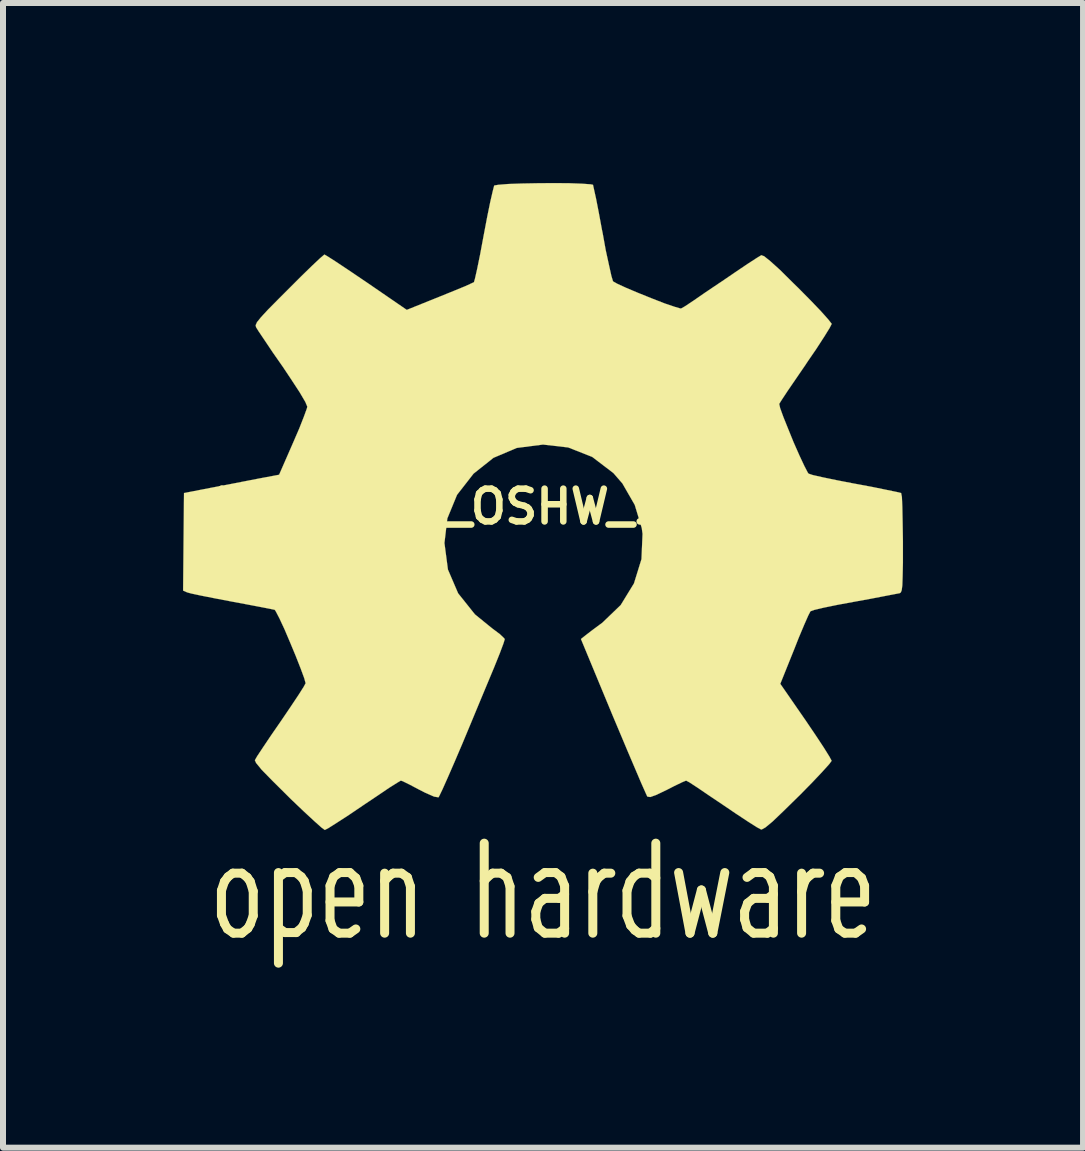
<source format=kicad_pcb>
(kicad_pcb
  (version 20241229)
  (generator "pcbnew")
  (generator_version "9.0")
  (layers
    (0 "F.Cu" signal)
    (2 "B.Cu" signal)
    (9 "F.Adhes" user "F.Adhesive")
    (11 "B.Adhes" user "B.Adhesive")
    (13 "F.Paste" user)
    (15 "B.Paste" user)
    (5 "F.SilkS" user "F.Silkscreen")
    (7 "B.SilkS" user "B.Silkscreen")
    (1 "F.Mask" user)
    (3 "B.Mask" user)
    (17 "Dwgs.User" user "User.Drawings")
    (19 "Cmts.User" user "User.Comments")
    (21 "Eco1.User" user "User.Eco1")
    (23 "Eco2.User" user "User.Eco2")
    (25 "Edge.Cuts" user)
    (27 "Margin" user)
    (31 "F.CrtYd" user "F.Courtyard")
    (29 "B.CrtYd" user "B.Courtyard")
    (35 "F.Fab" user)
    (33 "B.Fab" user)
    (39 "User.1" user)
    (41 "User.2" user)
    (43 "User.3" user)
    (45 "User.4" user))
  (footprint "logo-silk_OSHW_12x13mm"
    (layer "F.Cu")
    (at 6.001 5.394)
    (property "Reference" "logo-silk_OSHW_12x13mm" (at 0 0 0) (layer "F.SilkS") (effects (font (size 0.546 0.546) (thickness 0.109))))
    (attr through_hole)
    (fp_line (start -5.36 6.4) (end -5.36 6.81) (stroke (width 0.15) (type solid)) (layer "F.SilkS"))
    (fp_line (start -5.36 6.81) (end -5.31 6.95) (stroke (width 0.15) (type solid)) (layer "F.SilkS"))
    (fp_line (start -5.31 6.25) (end -5.36 6.4) (stroke (width 0.15) (type solid)) (layer "F.SilkS"))
    (fp_line (start -5.31 6.95) (end -5.26 7.04) (stroke (width 0.15) (type solid)) (layer "F.SilkS"))
    (fp_line (start -5.26 7.04) (end -5.16 7.11) (stroke (width 0.15) (type solid)) (layer "F.SilkS"))
    (fp_line (start -5.25 6.17) (end -5.31 6.25) (stroke (width 0.15) (type solid)) (layer "F.SilkS"))
    (fp_line (start -5.17 6.11) (end -5.25 6.17) (stroke (width 0.15) (type solid)) (layer "F.SilkS"))
    (fp_line (start -5.16 7.11) (end -5.02 7.11) (stroke (width 0.15) (type solid)) (layer "F.SilkS"))
    (fp_line (start -5.02 6.11) (end -5.17 6.11) (stroke (width 0.15) (type solid)) (layer "F.SilkS"))
    (fp_line (start -5.02 7.11) (end -4.92 7.03) (stroke (width 0.15) (type solid)) (layer "F.SilkS"))
    (fp_line (start -4.93 6.18) (end -5.02 6.11) (stroke (width 0.15) (type solid)) (layer "F.SilkS"))
    (fp_line (start -4.92 7.03) (end -4.88 6.96) (stroke (width 0.15) (type solid)) (layer "F.SilkS"))
    (fp_line (start -4.88 6.25) (end -4.93 6.18) (stroke (width 0.15) (type solid)) (layer "F.SilkS"))
    (fp_line (start -4.88 6.96) (end -4.83 6.82) (stroke (width 0.15) (type solid)) (layer "F.SilkS"))
    (fp_line (start -4.83 6.41) (end -4.88 6.25) (stroke (width 0.15) (type solid)) (layer "F.SilkS"))
    (fp_line (start -4.83 6.82) (end -4.83 6.41) (stroke (width 0.15) (type solid)) (layer "F.SilkS"))
    (fp_line (start -4.41 6.1) (end -4.41 7.61) (stroke (width 0.15) (type solid)) (layer "F.SilkS"))
    (fp_line (start -4.4 7.03) (end -4.3 7.1) (stroke (width 0.15) (type solid)) (layer "F.SilkS"))
    (fp_line (start -4.3 6.1) (end -4.38 6.16) (stroke (width 0.15) (type solid)) (layer "F.SilkS"))
    (fp_line (start -4.3 6.1) (end -4.12 6.1) (stroke (width 0.15) (type solid)) (layer "F.SilkS"))
    (fp_line (start -4.3 7.1) (end -4.11 7.1) (stroke (width 0.15) (type solid)) (layer "F.SilkS"))
    (fp_line (start -4.12 7.1) (end -4.02 7.02) (stroke (width 0.15) (type solid)) (layer "F.SilkS"))
    (fp_line (start -4.03 6.17) (end -4.12 6.1) (stroke (width 0.15) (type solid)) (layer "F.SilkS"))
    (fp_line (start -4.02 7.02) (end -3.98 6.95) (stroke (width 0.15) (type solid)) (layer "F.SilkS"))
    (fp_line (start -3.98 6.24) (end -4.03 6.17) (stroke (width 0.15) (type solid)) (layer "F.SilkS"))
    (fp_line (start -3.98 6.95) (end -3.93 6.81) (stroke (width 0.15) (type solid)) (layer "F.SilkS"))
    (fp_line (start -3.93 6.4) (end -3.98 6.24) (stroke (width 0.15) (type solid)) (layer "F.SilkS"))
    (fp_line (start -3.93 6.81) (end -3.93 6.4) (stroke (width 0.15) (type solid)) (layer "F.SilkS"))
    (fp_line (start -3.55 6.32) (end -3.55 6.9) (stroke (width 0.15) (type solid)) (layer "F.SilkS"))
    (fp_line (start -3.55 6.59) (end -3.07 6.59) (stroke (width 0.15) (type solid)) (layer "F.SilkS"))
    (fp_line (start -3.55 6.9) (end -3.5 7.04) (stroke (width 0.15) (type solid)) (layer "F.SilkS"))
    (fp_line (start -3.5 7.04) (end -3.4 7.11) (stroke (width 0.15) (type solid)) (layer "F.SilkS"))
    (fp_line (start -3.49 6.17) (end -3.55 6.32) (stroke (width 0.15) (type solid)) (layer "F.SilkS"))
    (fp_line (start -3.4 7.11) (end -3.22 7.11) (stroke (width 0.15) (type solid)) (layer "F.SilkS"))
    (fp_line (start -3.39 6.1) (end -3.49 6.17) (stroke (width 0.15) (type solid)) (layer "F.SilkS"))
    (fp_line (start -3.22 6.1) (end -3.39 6.1) (stroke (width 0.15) (type solid)) (layer "F.SilkS"))
    (fp_line (start -3.22 7.11) (end -3.12 7.04) (stroke (width 0.15) (type solid)) (layer "F.SilkS"))
    (fp_line (start -3.12 6.19) (end -3.22 6.1) (stroke (width 0.15) (type solid)) (layer "F.SilkS"))
    (fp_line (start -3.07 6.32) (end -3.12 6.19) (stroke (width 0.15) (type solid)) (layer "F.SilkS"))
    (fp_line (start -3.07 6.59) (end -3.07 6.32) (stroke (width 0.15) (type solid)) (layer "F.SilkS"))
    (fp_line (start -2.64 6.11) (end -2.64 7.11) (stroke (width 0.15) (type solid)) (layer "F.SilkS"))
    (fp_line (start -2.58 6.17) (end -2.64 6.24) (stroke (width 0.15) (type solid)) (layer "F.SilkS"))
    (fp_line (start -2.5 6.11) (end -2.58 6.17) (stroke (width 0.15) (type solid)) (layer "F.SilkS"))
    (fp_line (start -2.36 6.11) (end -2.5 6.11) (stroke (width 0.15) (type solid)) (layer "F.SilkS"))
    (fp_line (start -2.26 6.18) (end -2.36 6.11) (stroke (width 0.15) (type solid)) (layer "F.SilkS"))
    (fp_line (start -2.21 6.33) (end -2.26 6.18) (stroke (width 0.15) (type solid)) (layer "F.SilkS"))
    (fp_line (start -2.21 7.11) (end -2.21 6.33) (stroke (width 0.15) (type solid)) (layer "F.SilkS"))
    (fp_line (start -0.98 7.11) (end -0.98 5.61) (stroke (width 0.15) (type solid)) (layer "F.SilkS"))
    (fp_line (start -0.92 6.17) (end -0.98 6.24) (stroke (width 0.15) (type solid)) (layer "F.SilkS"))
    (fp_line (start -0.84 6.11) (end -0.92 6.17) (stroke (width 0.15) (type solid)) (layer "F.SilkS"))
    (fp_line (start -0.7 6.11) (end -0.84 6.11) (stroke (width 0.15) (type solid)) (layer "F.SilkS"))
    (fp_line (start -0.6 6.18) (end -0.7 6.11) (stroke (width 0.15) (type solid)) (layer "F.SilkS"))
    (fp_line (start -0.55 6.33) (end -0.6 6.18) (stroke (width 0.15) (type solid)) (layer "F.SilkS"))
    (fp_line (start -0.55 7.11) (end -0.55 6.33) (stroke (width 0.15) (type solid)) (layer "F.SilkS"))
    (fp_line (start -0.12 6.75) (end -0.12 6.88) (stroke (width 0.15) (type solid)) (layer "F.SilkS"))
    (fp_line (start -0.12 6.88) (end -0.08 7.02) (stroke (width 0.15) (type solid)) (layer "F.SilkS"))
    (fp_line (start -0.08 6.18) (end 0.03 6.1) (stroke (width 0.15) (type solid)) (layer "F.SilkS"))
    (fp_line (start -0.08 7.02) (end 0.03 7.11) (stroke (width 0.15) (type solid)) (layer "F.SilkS"))
    (fp_line (start -0.07 6.61) (end -0.12 6.75) (stroke (width 0.15) (type solid)) (layer "F.SilkS"))
    (fp_line (start 0.03 6.1) (end 0.21 6.1) (stroke (width 0.15) (type solid)) (layer "F.SilkS"))
    (fp_line (start 0.03 6.53) (end -0.07 6.61) (stroke (width 0.15) (type solid)) (layer "F.SilkS"))
    (fp_line (start 0.03 7.11) (end 0.26 7.11) (stroke (width 0.15) (type solid)) (layer "F.SilkS"))
    (fp_line (start 0.21 6.1) (end 0.3 6.17) (stroke (width 0.15) (type solid)) (layer "F.SilkS"))
    (fp_line (start 0.26 7.11) (end 0.36 7.03) (stroke (width 0.15) (type solid)) (layer "F.SilkS"))
    (fp_line (start 0.27 6.53) (end 0.03 6.53) (stroke (width 0.15) (type solid)) (layer "F.SilkS"))
    (fp_line (start 0.3 6.17) (end 0.36 6.32) (stroke (width 0.15) (type solid)) (layer "F.SilkS"))
    (fp_line (start 0.36 6.32) (end 0.36 7.11) (stroke (width 0.15) (type solid)) (layer "F.SilkS"))
    (fp_line (start 0.36 6.46) (end 0.27 6.53) (stroke (width 0.15) (type solid)) (layer "F.SilkS"))
    (fp_line (start 0.83 6.11) (end 0.83 7.11) (stroke (width 0.15) (type solid)) (layer "F.SilkS"))
    (fp_line (start 0.88 6.25) (end 0.83 6.42) (stroke (width 0.15) (type solid)) (layer "F.SilkS"))
    (fp_line (start 0.92 6.19) (end 0.88 6.25) (stroke (width 0.15) (type solid)) (layer "F.SilkS"))
    (fp_line (start 1.02 6.11) (end 0.92 6.19) (stroke (width 0.15) (type solid)) (layer "F.SilkS"))
    (fp_line (start 1.13 6.11) (end 1.02 6.11) (stroke (width 0.15) (type solid)) (layer "F.SilkS"))
    (fp_line (start 1.4 6.4) (end 1.45 6.25) (stroke (width 0.15) (type solid)) (layer "F.SilkS"))
    (fp_line (start 1.4 6.82) (end 1.4 6.4) (stroke (width 0.15) (type solid)) (layer "F.SilkS"))
    (fp_line (start 1.45 6.25) (end 1.52 6.16) (stroke (width 0.15) (type solid)) (layer "F.SilkS"))
    (fp_line (start 1.46 6.98) (end 1.4 6.82) (stroke (width 0.15) (type solid)) (layer "F.SilkS"))
    (fp_line (start 1.52 6.16) (end 1.6 6.11) (stroke (width 0.15) (type solid)) (layer "F.SilkS"))
    (fp_line (start 1.53 7.06) (end 1.46 6.98) (stroke (width 0.15) (type solid)) (layer "F.SilkS"))
    (fp_line (start 1.6 6.11) (end 1.78 6.11) (stroke (width 0.15) (type solid)) (layer "F.SilkS"))
    (fp_line (start 1.6 7.11) (end 1.53 7.06) (stroke (width 0.15) (type solid)) (layer "F.SilkS"))
    (fp_line (start 1.78 6.11) (end 1.88 6.19) (stroke (width 0.15) (type solid)) (layer "F.SilkS"))
    (fp_line (start 1.79 7.11) (end 1.6 7.11) (stroke (width 0.15) (type solid)) (layer "F.SilkS"))
    (fp_line (start 1.88 5.61) (end 1.88 7.11) (stroke (width 0.15) (type solid)) (layer "F.SilkS"))
    (fp_line (start 1.88 7.03) (end 1.79 7.11) (stroke (width 0.15) (type solid)) (layer "F.SilkS"))
    (fp_line (start 2.26 6.1) (end 2.45 7.11) (stroke (width 0.15) (type solid)) (layer "F.SilkS"))
    (fp_line (start 2.45 7.11) (end 2.64 6.39) (stroke (width 0.15) (type solid)) (layer "F.SilkS"))
    (fp_line (start 2.64 6.39) (end 2.83 7.11) (stroke (width 0.15) (type solid)) (layer "F.SilkS"))
    (fp_line (start 2.83 7.11) (end 3.03 6.1) (stroke (width 0.15) (type solid)) (layer "F.SilkS"))
    (fp_line (start 3.36 6.75) (end 3.36 6.88) (stroke (width 0.15) (type solid)) (layer "F.SilkS"))
    (fp_line (start 3.36 6.88) (end 3.4 7.02) (stroke (width 0.15) (type solid)) (layer "F.SilkS"))
    (fp_line (start 3.4 6.18) (end 3.51 6.1) (stroke (width 0.15) (type solid)) (layer "F.SilkS"))
    (fp_line (start 3.4 7.02) (end 3.51 7.11) (stroke (width 0.15) (type solid)) (layer "F.SilkS"))
    (fp_line (start 3.41 6.61) (end 3.36 6.75) (stroke (width 0.15) (type solid)) (layer "F.SilkS"))
    (fp_line (start 3.51 6.1) (end 3.69 6.1) (stroke (width 0.15) (type solid)) (layer "F.SilkS"))
    (fp_line (start 3.51 6.53) (end 3.41 6.61) (stroke (width 0.15) (type solid)) (layer "F.SilkS"))
    (fp_line (start 3.51 7.11) (end 3.74 7.11) (stroke (width 0.15) (type solid)) (layer "F.SilkS"))
    (fp_line (start 3.69 6.1) (end 3.78 6.17) (stroke (width 0.15) (type solid)) (layer "F.SilkS"))
    (fp_line (start 3.74 7.11) (end 3.84 7.03) (stroke (width 0.15) (type solid)) (layer "F.SilkS"))
    (fp_line (start 3.75 6.53) (end 3.51 6.53) (stroke (width 0.15) (type solid)) (layer "F.SilkS"))
    (fp_line (start 3.78 6.17) (end 3.84 6.32) (stroke (width 0.15) (type solid)) (layer "F.SilkS"))
    (fp_line (start 3.84 6.32) (end 3.84 7.11) (stroke (width 0.15) (type solid)) (layer "F.SilkS"))
    (fp_line (start 3.84 6.46) (end 3.75 6.53) (stroke (width 0.15) (type solid)) (layer "F.SilkS"))
    (fp_line (start 4.31 6.11) (end 4.31 7.11) (stroke (width 0.15) (type solid)) (layer "F.SilkS"))
    (fp_line (start 4.36 6.25) (end 4.31 6.42) (stroke (width 0.15) (type solid)) (layer "F.SilkS"))
    (fp_line (start 4.4 6.19) (end 4.36 6.25) (stroke (width 0.15) (type solid)) (layer "F.SilkS"))
    (fp_line (start 4.5 6.11) (end 4.4 6.19) (stroke (width 0.15) (type solid)) (layer "F.SilkS"))
    (fp_line (start 4.61 6.11) (end 4.5 6.11) (stroke (width 0.15) (type solid)) (layer "F.SilkS"))
    (fp_line (start 4.88 6.32) (end 4.88 6.9) (stroke (width 0.15) (type solid)) (layer "F.SilkS"))
    (fp_line (start 4.88 6.59) (end 5.36 6.59) (stroke (width 0.15) (type solid)) (layer "F.SilkS"))
    (fp_line (start 4.88 6.9) (end 4.93 7.04) (stroke (width 0.15) (type solid)) (layer "F.SilkS"))
    (fp_line (start 4.93 7.04) (end 5.03 7.11) (stroke (width 0.15) (type solid)) (layer "F.SilkS"))
    (fp_line (start 4.94 6.17) (end 4.88 6.32) (stroke (width 0.15) (type solid)) (layer "F.SilkS"))
    (fp_line (start 5.03 7.11) (end 5.21 7.11) (stroke (width 0.15) (type solid)) (layer "F.SilkS"))
    (fp_line (start 5.04 6.1) (end 4.94 6.17) (stroke (width 0.15) (type solid)) (layer "F.SilkS"))
    (fp_line (start 5.21 6.1) (end 5.04 6.1) (stroke (width 0.15) (type solid)) (layer "F.SilkS"))
    (fp_line (start 5.21 7.11) (end 5.31 7.04) (stroke (width 0.15) (type solid)) (layer "F.SilkS"))
    (fp_line (start 5.31 6.19) (end 5.21 6.1) (stroke (width 0.15) (type solid)) (layer "F.SilkS"))
    (fp_line (start 5.36 6.32) (end 5.31 6.19) (stroke (width 0.15) (type solid)) (layer "F.SilkS"))
    (fp_line (start 5.36 6.59) (end 5.36 6.32) (stroke (width 0.15) (type solid)) (layer "F.SilkS"))
    (fp_poly (pts (xy -3.637 5.39) (xy -3.574 5.357) (xy -3.434 5.268) (xy -3.233 5.138) (xy -2.997 4.978) (xy -2.758 4.818) (xy -2.563 4.686) (xy -2.426 4.6) (xy -2.37 4.567) (xy -2.339 4.577) (xy -2.225 4.633) (xy -2.062 4.719) (xy -1.966 4.768) (xy -1.816 4.834) (xy -1.742 4.846) (xy -1.73 4.826) (xy -1.674 4.709) (xy -1.587 4.514) (xy -1.473 4.252) (xy -1.344 3.95) (xy -1.206 3.619) (xy -1.067 3.284) (xy -0.935 2.967) (xy -0.815 2.68) (xy -0.721 2.446) (xy -0.66 2.283) (xy -0.638 2.212) (xy -0.645 2.197) (xy -0.719 2.126) (xy -0.851 2.027) (xy -1.135 1.796) (xy -1.415 1.445) (xy -1.585 1.049) (xy -1.643 0.607) (xy -1.595 0.198) (xy -1.433 -0.196) (xy -1.158 -0.549) (xy -0.826 -0.813) (xy -0.437 -0.978) (xy 0 -1.034) (xy 0.419 -0.986) (xy 0.82 -0.828) (xy 1.173 -0.559) (xy 1.323 -0.386) (xy 1.529 -0.028) (xy 1.646 0.358) (xy 1.659 0.455) (xy 1.641 0.876) (xy 1.516 1.28) (xy 1.295 1.641) (xy 0.986 1.938) (xy 0.947 1.966) (xy 0.803 2.073) (xy 0.709 2.146) (xy 0.632 2.207) (xy 1.168 3.5) (xy 1.255 3.706) (xy 1.402 4.056) (xy 1.532 4.361) (xy 1.636 4.605) (xy 1.707 4.765) (xy 1.737 4.831) (xy 1.742 4.834) (xy 1.788 4.841) (xy 1.887 4.806) (xy 2.068 4.719) (xy 2.187 4.658) (xy 2.324 4.592) (xy 2.385 4.567) (xy 2.438 4.595) (xy 2.57 4.681) (xy 2.761 4.811) (xy 2.992 4.966) (xy 3.213 5.116) (xy 3.416 5.25) (xy 3.564 5.344) (xy 3.635 5.382) (xy 3.645 5.382) (xy 3.708 5.347) (xy 3.825 5.25) (xy 4 5.083) (xy 4.249 4.839) (xy 4.288 4.801) (xy 4.493 4.592) (xy 4.658 4.417) (xy 4.77 4.293) (xy 4.811 4.237) (xy 4.773 4.166) (xy 4.681 4.018) (xy 4.547 3.815) (xy 4.384 3.574) (xy 3.955 2.954) (xy 4.191 2.367) (xy 4.262 2.187) (xy 4.354 1.968) (xy 4.422 1.814) (xy 4.458 1.745) (xy 4.521 1.722) (xy 4.681 1.684) (xy 4.915 1.636) (xy 5.192 1.585) (xy 5.456 1.537) (xy 5.695 1.491) (xy 5.867 1.458) (xy 5.946 1.443) (xy 5.964 1.43) (xy 5.979 1.392) (xy 5.989 1.311) (xy 5.994 1.166) (xy 5.999 0.937) (xy 5.999 0.607) (xy 5.999 0.572) (xy 5.994 0.257) (xy 5.989 0.005) (xy 5.982 -0.16) (xy 5.969 -0.226) (xy 5.895 -0.244) (xy 5.725 -0.279) (xy 5.486 -0.328) (xy 5.202 -0.381) (xy 5.184 -0.384) (xy 4.9 -0.439) (xy 4.663 -0.488) (xy 4.496 -0.526) (xy 4.427 -0.549) (xy 4.412 -0.569) (xy 4.354 -0.681) (xy 4.272 -0.856) (xy 4.178 -1.069) (xy 4.087 -1.293) (xy 4.006 -1.494) (xy 3.952 -1.643) (xy 3.937 -1.712) (xy 3.98 -1.781) (xy 4.077 -1.928) (xy 4.216 -2.131) (xy 4.381 -2.372) (xy 4.394 -2.393) (xy 4.557 -2.631) (xy 4.689 -2.835) (xy 4.778 -2.979) (xy 4.811 -3.043) (xy 4.811 -3.048) (xy 4.755 -3.119) (xy 4.633 -3.256) (xy 4.458 -3.439) (xy 4.249 -3.65) (xy 4.181 -3.716) (xy 3.95 -3.945) (xy 3.787 -4.092) (xy 3.686 -4.173) (xy 3.637 -4.191) (xy 3.635 -4.188) (xy 3.564 -4.145) (xy 3.411 -4.046) (xy 3.205 -3.907) (xy 2.962 -3.741) (xy 2.946 -3.731) (xy 2.705 -3.569) (xy 2.507 -3.432) (xy 2.365 -3.338) (xy 2.301 -3.302) (xy 2.291 -3.302) (xy 2.195 -3.33) (xy 2.024 -3.388) (xy 1.814 -3.47) (xy 1.593 -3.559) (xy 1.389 -3.645) (xy 1.24 -3.713) (xy 1.168 -3.754) (xy 1.166 -3.757) (xy 1.14 -3.843) (xy 1.1 -4.023) (xy 1.046 -4.27) (xy 0.993 -4.564) (xy 0.983 -4.61) (xy 0.93 -4.897) (xy 0.884 -5.133) (xy 0.848 -5.296) (xy 0.833 -5.364) (xy 0.792 -5.372) (xy 0.653 -5.382) (xy 0.439 -5.39) (xy 0.18 -5.392) (xy -0.091 -5.39) (xy -0.356 -5.385) (xy -0.582 -5.377) (xy -0.744 -5.364) (xy -0.813 -5.352) (xy -0.815 -5.347) (xy -0.838 -5.258) (xy -0.879 -5.08) (xy -0.93 -4.831) (xy -0.986 -4.536) (xy -0.996 -4.483) (xy -1.049 -4.199) (xy -1.097 -3.965) (xy -1.133 -3.805) (xy -1.151 -3.741) (xy -1.176 -3.729) (xy -1.293 -3.675) (xy -1.483 -3.597) (xy -1.722 -3.5) (xy -2.271 -3.279) (xy -2.944 -3.741) (xy -3.005 -3.782) (xy -3.249 -3.947) (xy -3.447 -4.079) (xy -3.586 -4.168) (xy -3.642 -4.201) (xy -3.647 -4.199) (xy -3.716 -4.14) (xy -3.848 -4.016) (xy -4.031 -3.838) (xy -4.242 -3.627) (xy -4.399 -3.47) (xy -4.585 -3.282) (xy -4.702 -3.155) (xy -4.768 -3.073) (xy -4.79 -3.023) (xy -4.783 -2.99) (xy -4.74 -2.921) (xy -4.641 -2.774) (xy -4.503 -2.568) (xy -4.338 -2.332) (xy -4.204 -2.131) (xy -4.056 -1.905) (xy -3.962 -1.745) (xy -3.929 -1.666) (xy -3.937 -1.633) (xy -3.985 -1.501) (xy -4.064 -1.3) (xy -4.166 -1.064) (xy -4.399 -0.531) (xy -4.75 -0.465) (xy -4.961 -0.424) (xy -5.258 -0.366) (xy -5.542 -0.312) (xy -5.984 -0.226) (xy -5.999 1.4) (xy -5.931 1.43) (xy -5.865 1.448) (xy -5.702 1.483) (xy -5.469 1.529) (xy -5.192 1.582) (xy -4.956 1.626) (xy -4.719 1.671) (xy -4.549 1.704) (xy -4.473 1.72) (xy -4.455 1.745) (xy -4.394 1.862) (xy -4.31 2.042) (xy -4.216 2.263) (xy -4.122 2.489) (xy -4.039 2.7) (xy -3.98 2.86) (xy -3.957 2.944) (xy -3.99 3.005) (xy -4.079 3.145) (xy -4.211 3.343) (xy -4.371 3.579) (xy -4.534 3.815) (xy -4.669 4.016) (xy -4.765 4.161) (xy -4.803 4.227) (xy -4.783 4.272) (xy -4.689 4.387) (xy -4.511 4.569) (xy -4.247 4.831) (xy -4.204 4.874) (xy -3.993 5.075) (xy -3.815 5.24) (xy -3.693 5.349) (xy -3.637 5.39)) (stroke (width 0.003) (type solid)) (fill yes) (layer "F.SilkS")))
  (gr_rect
    (start -3 -3)
    (end 15.002 16.079)
    (stroke (width 0.1) (type default))
    (fill no)
    (layer "Edge.Cuts")))
</source>
